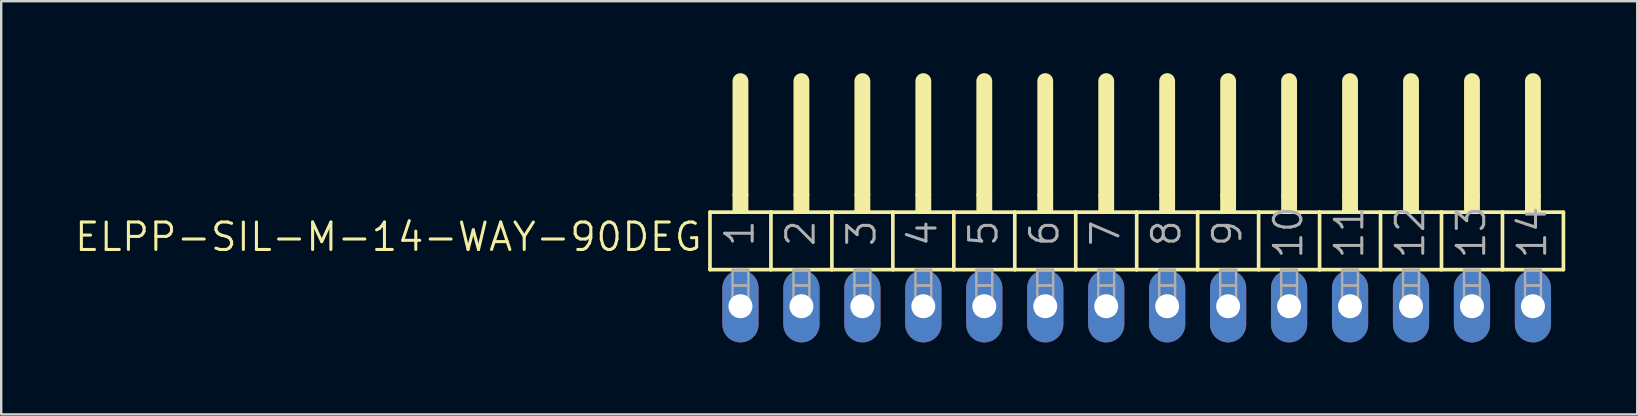
<source format=kicad_pcb>
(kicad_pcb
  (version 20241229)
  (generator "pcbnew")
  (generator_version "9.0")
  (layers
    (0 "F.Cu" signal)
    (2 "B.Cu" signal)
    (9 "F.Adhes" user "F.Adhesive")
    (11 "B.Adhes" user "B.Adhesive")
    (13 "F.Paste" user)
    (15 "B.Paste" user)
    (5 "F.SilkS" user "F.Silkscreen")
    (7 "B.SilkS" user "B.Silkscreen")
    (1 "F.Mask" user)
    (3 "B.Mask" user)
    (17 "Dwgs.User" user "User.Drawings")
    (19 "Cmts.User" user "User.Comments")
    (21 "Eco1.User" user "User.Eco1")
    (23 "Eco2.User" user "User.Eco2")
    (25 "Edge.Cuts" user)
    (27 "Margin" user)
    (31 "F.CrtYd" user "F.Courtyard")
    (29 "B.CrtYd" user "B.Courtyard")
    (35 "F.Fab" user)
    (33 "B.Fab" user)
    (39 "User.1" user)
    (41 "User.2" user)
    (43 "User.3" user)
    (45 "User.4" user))
  (footprint "ELPP-SIL-M-14-WAY-90DEG"
    (layer "F.Cu")
    (at 44.312 9.709)
    (property "Reference" "ELPP-SIL-M-14-WAY-90DEG" (at -18.034 -3.556 0) (unlocked yes) (layer "F.SilkS") (effects (font (size 1.143 1.143) (thickness 0.127)) (justify right top)))
    (fp_line (start -17.78 -3.918) (end -15.24 -3.918) (stroke (width 0.152) (type solid)) (layer "F.SilkS"))
    (fp_line (start -17.78 -1.524) (end -17.78 -3.918) (stroke (width 0.152) (type solid)) (layer "F.SilkS"))
    (fp_line (start -16.51 -4.68) (end -16.51 -9.379) (stroke (width 0.66) (type solid)) (layer "F.SilkS"))
    (fp_line (start -15.24 -3.918) (end -12.7 -3.918) (stroke (width 0.152) (type solid)) (layer "F.SilkS"))
    (fp_line (start -15.24 -1.524) (end -17.78 -1.524) (stroke (width 0.152) (type solid)) (layer "F.SilkS"))
    (fp_line (start -15.24 -1.524) (end -15.24 -3.918) (stroke (width 0.152) (type solid)) (layer "F.SilkS"))
    (fp_line (start -15.24 -1.524) (end -12.7 -1.524) (stroke (width 0.152) (type solid)) (layer "F.SilkS"))
    (fp_line (start -13.97 -4.68) (end -13.97 -9.379) (stroke (width 0.66) (type solid)) (layer "F.SilkS"))
    (fp_line (start -12.7 -3.918) (end -10.16 -3.918) (stroke (width 0.152) (type solid)) (layer "F.SilkS"))
    (fp_line (start -12.7 -1.524) (end -12.7 -3.918) (stroke (width 0.152) (type solid)) (layer "F.SilkS"))
    (fp_line (start -11.43 -4.68) (end -11.43 -9.379) (stroke (width 0.66) (type solid)) (layer "F.SilkS"))
    (fp_line (start -10.16 -3.918) (end -7.62 -3.918) (stroke (width 0.152) (type solid)) (layer "F.SilkS"))
    (fp_line (start -10.16 -1.524) (end -12.7 -1.524) (stroke (width 0.152) (type solid)) (layer "F.SilkS"))
    (fp_line (start -10.16 -1.524) (end -10.16 -3.918) (stroke (width 0.152) (type solid)) (layer "F.SilkS"))
    (fp_line (start -8.89 -4.68) (end -8.89 -9.379) (stroke (width 0.66) (type solid)) (layer "F.SilkS"))
    (fp_line (start -7.62 -3.918) (end -5.08 -3.918) (stroke (width 0.152) (type solid)) (layer "F.SilkS"))
    (fp_line (start -7.62 -1.524) (end -10.16 -1.524) (stroke (width 0.152) (type solid)) (layer "F.SilkS"))
    (fp_line (start -7.62 -1.524) (end -7.62 -3.918) (stroke (width 0.152) (type solid)) (layer "F.SilkS"))
    (fp_line (start -6.35 -4.68) (end -6.35 -9.379) (stroke (width 0.66) (type solid)) (layer "F.SilkS"))
    (fp_line (start -5.08 -3.918) (end -2.54 -3.918) (stroke (width 0.152) (type solid)) (layer "F.SilkS"))
    (fp_line (start -5.08 -1.524) (end -7.62 -1.524) (stroke (width 0.152) (type solid)) (layer "F.SilkS"))
    (fp_line (start -5.08 -1.524) (end -5.08 -3.918) (stroke (width 0.152) (type solid)) (layer "F.SilkS"))
    (fp_line (start -3.81 -4.68) (end -3.81 -9.379) (stroke (width 0.66) (type solid)) (layer "F.SilkS"))
    (fp_line (start -2.54 -3.918) (end 0 -3.918) (stroke (width 0.152) (type solid)) (layer "F.SilkS"))
    (fp_line (start -2.54 -1.524) (end -5.08 -1.524) (stroke (width 0.152) (type solid)) (layer "F.SilkS"))
    (fp_line (start -2.54 -1.524) (end -2.54 -3.918) (stroke (width 0.152) (type solid)) (layer "F.SilkS"))
    (fp_line (start -2.54 -1.524) (end 0 -1.524) (stroke (width 0.152) (type solid)) (layer "F.SilkS"))
    (fp_line (start -1.27 -4.68) (end -1.27 -9.379) (stroke (width 0.66) (type solid)) (layer "F.SilkS"))
    (fp_line (start 0 -3.918) (end 2.54 -3.918) (stroke (width 0.152) (type solid)) (layer "F.SilkS"))
    (fp_line (start 0 -1.524) (end 0 -3.918) (stroke (width 0.152) (type solid)) (layer "F.SilkS"))
    (fp_line (start 1.27 -4.68) (end 1.27 -9.379) (stroke (width 0.66) (type solid)) (layer "F.SilkS"))
    (fp_line (start 2.54 -3.918) (end 5.08 -3.918) (stroke (width 0.152) (type solid)) (layer "F.SilkS"))
    (fp_line (start 2.54 -1.524) (end 0 -1.524) (stroke (width 0.152) (type solid)) (layer "F.SilkS"))
    (fp_line (start 2.54 -1.524) (end 2.54 -3.918) (stroke (width 0.152) (type solid)) (layer "F.SilkS"))
    (fp_line (start 3.81 -4.68) (end 3.81 -9.379) (stroke (width 0.66) (type solid)) (layer "F.SilkS"))
    (fp_line (start 5.08 -3.918) (end 7.62 -3.918) (stroke (width 0.152) (type solid)) (layer "F.SilkS"))
    (fp_line (start 5.08 -1.524) (end 2.54 -1.524) (stroke (width 0.152) (type solid)) (layer "F.SilkS"))
    (fp_line (start 5.08 -1.524) (end 5.08 -3.918) (stroke (width 0.152) (type solid)) (layer "F.SilkS"))
    (fp_line (start 6.35 -4.68) (end 6.35 -9.379) (stroke (width 0.66) (type solid)) (layer "F.SilkS"))
    (fp_line (start 7.62 -3.918) (end 10.16 -3.918) (stroke (width 0.152) (type solid)) (layer "F.SilkS"))
    (fp_line (start 7.62 -1.524) (end 5.08 -1.524) (stroke (width 0.152) (type solid)) (layer "F.SilkS"))
    (fp_line (start 7.62 -1.524) (end 7.62 -3.918) (stroke (width 0.152) (type solid)) (layer "F.SilkS"))
    (fp_line (start 8.89 -4.68) (end 8.89 -9.379) (stroke (width 0.66) (type solid)) (layer "F.SilkS"))
    (fp_line (start 10.16 -3.918) (end 12.7 -3.918) (stroke (width 0.152) (type solid)) (layer "F.SilkS"))
    (fp_line (start 10.16 -1.524) (end 7.62 -1.524) (stroke (width 0.152) (type solid)) (layer "F.SilkS"))
    (fp_line (start 10.16 -1.524) (end 10.16 -3.918) (stroke (width 0.152) (type solid)) (layer "F.SilkS"))
    (fp_line (start 10.16 -1.524) (end 12.7 -1.524) (stroke (width 0.152) (type solid)) (layer "F.SilkS"))
    (fp_line (start 11.43 -4.68) (end 11.43 -9.379) (stroke (width 0.66) (type solid)) (layer "F.SilkS"))
    (fp_line (start 12.7 -3.918) (end 15.24 -3.918) (stroke (width 0.152) (type solid)) (layer "F.SilkS"))
    (fp_line (start 12.7 -1.524) (end 12.7 -3.918) (stroke (width 0.152) (type solid)) (layer "F.SilkS"))
    (fp_line (start 12.7 -1.524) (end 15.24 -1.524) (stroke (width 0.152) (type solid)) (layer "F.SilkS"))
    (fp_line (start 13.97 -4.68) (end 13.97 -9.379) (stroke (width 0.66) (type solid)) (layer "F.SilkS"))
    (fp_line (start 15.24 -3.918) (end 17.78 -3.918) (stroke (width 0.152) (type solid)) (layer "F.SilkS"))
    (fp_line (start 15.24 -1.524) (end 15.24 -3.918) (stroke (width 0.152) (type solid)) (layer "F.SilkS"))
    (fp_line (start 15.24 -1.524) (end 17.78 -1.524) (stroke (width 0.152) (type solid)) (layer "F.SilkS"))
    (fp_line (start 16.51 -4.68) (end 16.51 -9.379) (stroke (width 0.66) (type solid)) (layer "F.SilkS"))
    (fp_line (start 17.78 -1.524) (end 17.78 -3.918) (stroke (width 0.152) (type solid)) (layer "F.SilkS"))
    (fp_poly (pts (xy -16.84 -3.918) (xy -16.18 -3.918) (xy -16.18 -4.68) (xy -16.84 -4.68)) (stroke (width 0) (type default)) (fill yes) (layer "F.SilkS"))
    (fp_poly (pts (xy -14.3 -3.918) (xy -13.64 -3.918) (xy -13.64 -4.68) (xy -14.3 -4.68)) (stroke (width 0) (type default)) (fill yes) (layer "F.SilkS"))
    (fp_poly (pts (xy -11.76 -3.918) (xy -11.1 -3.918) (xy -11.1 -4.68) (xy -11.76 -4.68)) (stroke (width 0) (type default)) (fill yes) (layer "F.SilkS"))
    (fp_poly (pts (xy -9.22 -3.918) (xy -8.56 -3.918) (xy -8.56 -4.68) (xy -9.22 -4.68)) (stroke (width 0) (type default)) (fill yes) (layer "F.SilkS"))
    (fp_poly (pts (xy -6.68 -3.918) (xy -6.02 -3.918) (xy -6.02 -4.68) (xy -6.68 -4.68)) (stroke (width 0) (type default)) (fill yes) (layer "F.SilkS"))
    (fp_poly (pts (xy -4.14 -3.918) (xy -3.48 -3.918) (xy -3.48 -4.68) (xy -4.14 -4.68)) (stroke (width 0) (type default)) (fill yes) (layer "F.SilkS"))
    (fp_poly (pts (xy -1.6 -3.918) (xy -0.94 -3.918) (xy -0.94 -4.68) (xy -1.6 -4.68)) (stroke (width 0) (type default)) (fill yes) (layer "F.SilkS"))
    (fp_poly (pts (xy 0.94 -3.918) (xy 1.6 -3.918) (xy 1.6 -4.68) (xy 0.94 -4.68)) (stroke (width 0) (type default)) (fill yes) (layer "F.SilkS"))
    (fp_poly (pts (xy 3.48 -3.918) (xy 4.14 -3.918) (xy 4.14 -4.68) (xy 3.48 -4.68)) (stroke (width 0) (type default)) (fill yes) (layer "F.SilkS"))
    (fp_poly (pts (xy 6.02 -3.918) (xy 6.68 -3.918) (xy 6.68 -4.68) (xy 6.02 -4.68)) (stroke (width 0) (type default)) (fill yes) (layer "F.SilkS"))
    (fp_poly (pts (xy 8.56 -3.918) (xy 9.22 -3.918) (xy 9.22 -4.68) (xy 8.56 -4.68)) (stroke (width 0) (type default)) (fill yes) (layer "F.SilkS"))
    (fp_poly (pts (xy 11.1 -3.918) (xy 11.76 -3.918) (xy 11.76 -4.68) (xy 11.1 -4.68)) (stroke (width 0) (type default)) (fill yes) (layer "F.SilkS"))
    (fp_poly (pts (xy 13.64 -3.918) (xy 14.3 -3.918) (xy 14.3 -4.68) (xy 13.64 -4.68)) (stroke (width 0) (type default)) (fill yes) (layer "F.SilkS"))
    (fp_poly (pts (xy 16.18 -3.918) (xy 16.84 -3.918) (xy 16.84 -4.68) (xy 16.18 -4.68)) (stroke (width 0) (type default)) (fill yes) (layer "F.SilkS"))
    (fp_poly (pts (xy -16.84 -0.864) (xy -16.18 -0.864) (xy -16.18 -1.524) (xy -16.84 -1.524)) (stroke (width 0.1) (type default)) (fill no) (layer "F.Fab"))
    (fp_poly (pts (xy -16.84 0.33) (xy -16.18 0.33) (xy -16.18 -0.864) (xy -16.84 -0.864)) (stroke (width 0.1) (type default)) (fill no) (layer "F.Fab"))
    (fp_poly (pts (xy -14.3 -0.864) (xy -13.64 -0.864) (xy -13.64 -1.524) (xy -14.3 -1.524)) (stroke (width 0.1) (type default)) (fill no) (layer "F.Fab"))
    (fp_poly (pts (xy -14.3 0.33) (xy -13.64 0.33) (xy -13.64 -0.864) (xy -14.3 -0.864)) (stroke (width 0.1) (type default)) (fill no) (layer "F.Fab"))
    (fp_poly (pts (xy -11.76 -0.864) (xy -11.1 -0.864) (xy -11.1 -1.524) (xy -11.76 -1.524)) (stroke (width 0.1) (type default)) (fill no) (layer "F.Fab"))
    (fp_poly (pts (xy -11.76 0.33) (xy -11.1 0.33) (xy -11.1 -0.864) (xy -11.76 -0.864)) (stroke (width 0.1) (type default)) (fill no) (layer "F.Fab"))
    (fp_poly (pts (xy -9.22 -0.864) (xy -8.56 -0.864) (xy -8.56 -1.524) (xy -9.22 -1.524)) (stroke (width 0.1) (type default)) (fill no) (layer "F.Fab"))
    (fp_poly (pts (xy -9.22 0.33) (xy -8.56 0.33) (xy -8.56 -0.864) (xy -9.22 -0.864)) (stroke (width 0.1) (type default)) (fill no) (layer "F.Fab"))
    (fp_poly (pts (xy -6.68 -0.864) (xy -6.02 -0.864) (xy -6.02 -1.524) (xy -6.68 -1.524)) (stroke (width 0.1) (type default)) (fill no) (layer "F.Fab"))
    (fp_poly (pts (xy -6.68 0.33) (xy -6.02 0.33) (xy -6.02 -0.864) (xy -6.68 -0.864)) (stroke (width 0.1) (type default)) (fill no) (layer "F.Fab"))
    (fp_poly (pts (xy -4.14 -0.864) (xy -3.48 -0.864) (xy -3.48 -1.524) (xy -4.14 -1.524)) (stroke (width 0.1) (type default)) (fill no) (layer "F.Fab"))
    (fp_poly (pts (xy -4.14 0.33) (xy -3.48 0.33) (xy -3.48 -0.864) (xy -4.14 -0.864)) (stroke (width 0.1) (type default)) (fill no) (layer "F.Fab"))
    (fp_poly (pts (xy -1.6 -0.864) (xy -0.94 -0.864) (xy -0.94 -1.524) (xy -1.6 -1.524)) (stroke (width 0.1) (type default)) (fill no) (layer "F.Fab"))
    (fp_poly (pts (xy -1.6 0.33) (xy -0.94 0.33) (xy -0.94 -0.864) (xy -1.6 -0.864)) (stroke (width 0.1) (type default)) (fill no) (layer "F.Fab"))
    (fp_poly (pts (xy 0.94 -0.864) (xy 1.6 -0.864) (xy 1.6 -1.524) (xy 0.94 -1.524)) (stroke (width 0.1) (type default)) (fill no) (layer "F.Fab"))
    (fp_poly (pts (xy 0.94 0.33) (xy 1.6 0.33) (xy 1.6 -0.864) (xy 0.94 -0.864)) (stroke (width 0.1) (type default)) (fill no) (layer "F.Fab"))
    (fp_poly (pts (xy 3.48 -0.864) (xy 4.14 -0.864) (xy 4.14 -1.524) (xy 3.48 -1.524)) (stroke (width 0.1) (type default)) (fill no) (layer "F.Fab"))
    (fp_poly (pts (xy 3.48 0.33) (xy 4.14 0.33) (xy 4.14 -0.864) (xy 3.48 -0.864)) (stroke (width 0.1) (type default)) (fill no) (layer "F.Fab"))
    (fp_poly (pts (xy 6.02 -0.864) (xy 6.68 -0.864) (xy 6.68 -1.524) (xy 6.02 -1.524)) (stroke (width 0.1) (type default)) (fill no) (layer "F.Fab"))
    (fp_poly (pts (xy 6.02 0.33) (xy 6.68 0.33) (xy 6.68 -0.864) (xy 6.02 -0.864)) (stroke (width 0.1) (type default)) (fill no) (layer "F.Fab"))
    (fp_poly (pts (xy 8.56 -0.864) (xy 9.22 -0.864) (xy 9.22 -1.524) (xy 8.56 -1.524)) (stroke (width 0.1) (type default)) (fill no) (layer "F.Fab"))
    (fp_poly (pts (xy 8.56 0.33) (xy 9.22 0.33) (xy 9.22 -0.864) (xy 8.56 -0.864)) (stroke (width 0.1) (type default)) (fill no) (layer "F.Fab"))
    (fp_poly (pts (xy 11.1 -0.864) (xy 11.76 -0.864) (xy 11.76 -1.524) (xy 11.1 -1.524)) (stroke (width 0.1) (type default)) (fill no) (layer "F.Fab"))
    (fp_poly (pts (xy 11.1 0.33) (xy 11.76 0.33) (xy 11.76 -0.864) (xy 11.1 -0.864)) (stroke (width 0.1) (type default)) (fill no) (layer "F.Fab"))
    (fp_poly (pts (xy 13.64 -0.864) (xy 14.3 -0.864) (xy 14.3 -1.524) (xy 13.64 -1.524)) (stroke (width 0.1) (type default)) (fill no) (layer "F.Fab"))
    (fp_poly (pts (xy 13.64 0.33) (xy 14.3 0.33) (xy 14.3 -0.864) (xy 13.64 -0.864)) (stroke (width 0.1) (type default)) (fill no) (layer "F.Fab"))
    (fp_poly (pts (xy 16.18 -0.864) (xy 16.84 -0.864) (xy 16.84 -1.524) (xy 16.18 -1.524)) (stroke (width 0.1) (type default)) (fill no) (layer "F.Fab"))
    (fp_poly (pts (xy 16.18 0.33) (xy 16.84 0.33) (xy 16.84 -0.864) (xy 16.18 -0.864)) (stroke (width 0.1) (type default)) (fill no) (layer "F.Fab"))
    (fp_text user "11" (at 9.525 -1.905 90) (layer "F.Fab") (effects (font (size 1.143 1.143) (thickness 0.127)) (justify left bottom)))
    (fp_text user "14" (at 17.145 -1.905 90) (layer "F.Fab") (effects (font (size 1.143 1.143) (thickness 0.127)) (justify left bottom)))
    (fp_text user "3" (at -10.795 -2.413 90) (layer "F.Fab") (effects (font (size 1.143 1.143) (thickness 0.127)) (justify left bottom)))
    (fp_text user "4" (at -8.255 -2.413 90) (layer "F.Fab") (effects (font (size 1.143 1.143) (thickness 0.127)) (justify left bottom)))
    (fp_text user "7" (at -0.635 -2.413 90) (layer "F.Fab") (effects (font (size 1.143 1.143) (thickness 0.127)) (justify left bottom)))
    (fp_text user "5" (at -5.715 -2.413 90) (layer "F.Fab") (effects (font (size 1.143 1.143) (thickness 0.127)) (justify left bottom)))
    (fp_text user "10" (at 6.985 -1.905 90) (layer "F.Fab") (effects (font (size 1.143 1.143) (thickness 0.127)) (justify left bottom)))
    (fp_text user "2" (at -13.335 -2.413 90) (layer "F.Fab") (effects (font (size 1.143 1.143) (thickness 0.127)) (justify left bottom)))
    (fp_text user "1" (at -15.875 -2.413 90) (layer "F.Fab") (effects (font (size 1.143 1.143) (thickness 0.127)) (justify left bottom)))
    (fp_text user "8" (at 1.905 -2.413 90) (layer "F.Fab") (effects (font (size 1.143 1.143) (thickness 0.127)) (justify left bottom)))
    (fp_text user "9" (at 4.445 -2.413 90) (layer "F.Fab") (effects (font (size 1.143 1.143) (thickness 0.127)) (justify left bottom)))
    (fp_text user "12" (at 12.065 -1.905 90) (layer "F.Fab") (effects (font (size 1.143 1.143) (thickness 0.127)) (justify left bottom)))
    (fp_text user "6" (at -3.175 -2.413 90) (layer "F.Fab") (effects (font (size 1.143 1.143) (thickness 0.127)) (justify left bottom)))
    (fp_text user "13" (at 14.605 -1.905 90) (layer "F.Fab") (effects (font (size 1.143 1.143) (thickness 0.127)) (justify left bottom)))
    (pad "1" thru_hole oval (at -16.51 0 90) (size 3.016 1.508) (drill 1) (layers "*.Cu" "*.Mask"))
    (pad "2" thru_hole oval (at -13.97 0 90) (size 3.016 1.508) (drill 1) (layers "*.Cu" "*.Mask"))
    (pad "3" thru_hole oval (at -11.43 0 90) (size 3.016 1.508) (drill 1) (layers "*.Cu" "*.Mask"))
    (pad "4" thru_hole oval (at -8.89 0 90) (size 3.016 1.508) (drill 1) (layers "*.Cu" "*.Mask"))
    (pad "5" thru_hole oval (at -6.35 0 90) (size 3.016 1.508) (drill 1) (layers "*.Cu" "*.Mask"))
    (pad "6" thru_hole oval (at -3.81 0 90) (size 3.016 1.508) (drill 1) (layers "*.Cu" "*.Mask"))
    (pad "7" thru_hole oval (at -1.27 0 90) (size 3.016 1.508) (drill 1) (layers "*.Cu" "*.Mask"))
    (pad "8" thru_hole oval (at 1.27 0 90) (size 3.016 1.508) (drill 1) (layers "*.Cu" "*.Mask"))
    (pad "9" thru_hole oval (at 3.81 0 90) (size 3.016 1.508) (drill 1) (layers "*.Cu" "*.Mask"))
    (pad "10" thru_hole oval (at 6.35 0 90) (size 3.016 1.508) (drill 1) (layers "*.Cu" "*.Mask"))
    (pad "11" thru_hole oval (at 8.89 0 90) (size 3.016 1.508) (drill 1) (layers "*.Cu" "*.Mask"))
    (pad "12" thru_hole oval (at 11.43 0 90) (size 3.016 1.508) (drill 1) (layers "*.Cu" "*.Mask"))
    (pad "13" thru_hole oval (at 13.97 0 90) (size 3.016 1.508) (drill 1) (layers "*.Cu" "*.Mask"))
    (pad "14" thru_hole oval (at 16.51 0 90) (size 3.016 1.508) (drill 1) (layers "*.Cu" "*.Mask")))
  (gr_rect
    (start -3 -3)
    (end 65.168 14.217)
    (stroke (width 0.1) (type default))
    (fill no)
    (layer "Edge.Cuts")))
</source>
